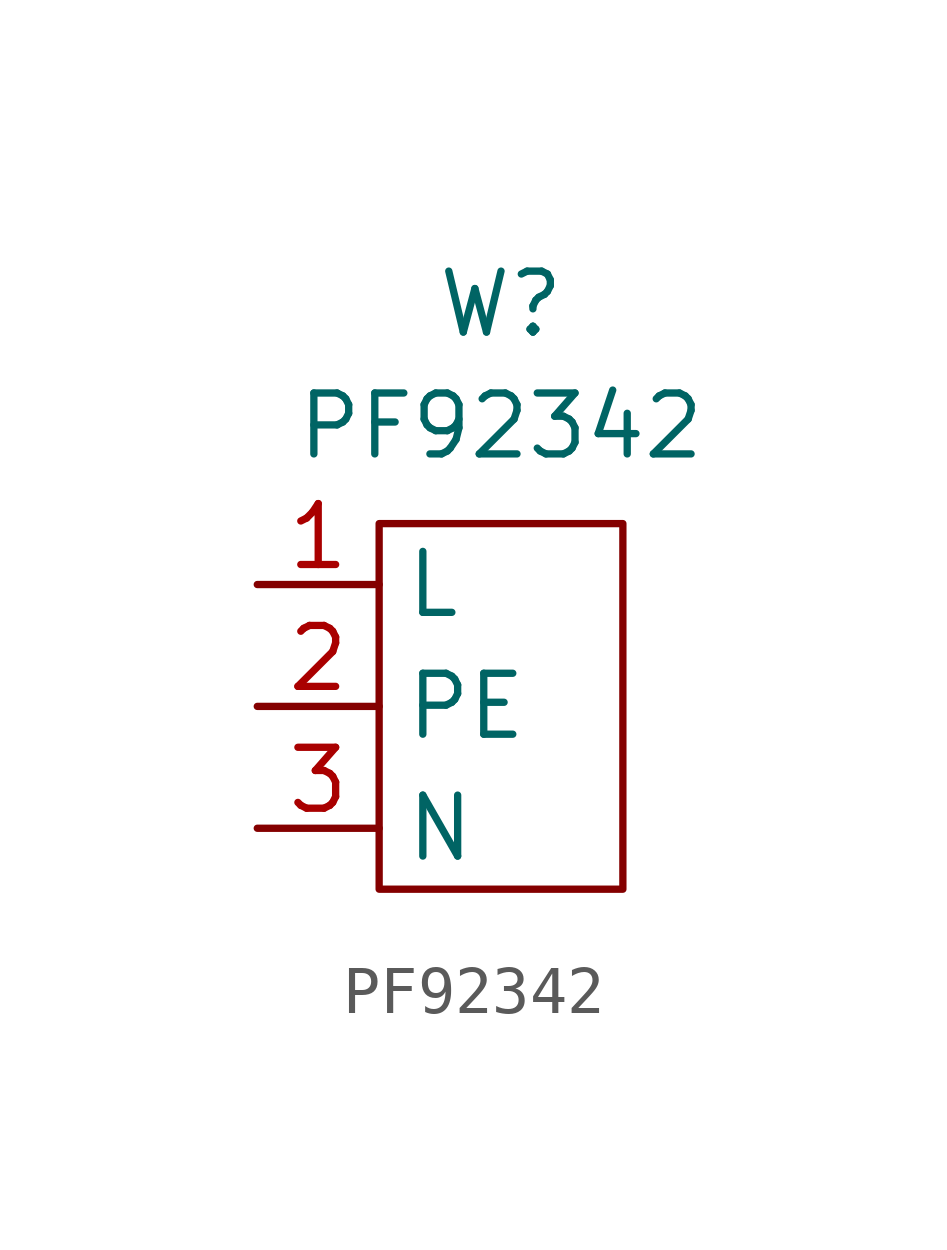
<source format=kicad_sym>
(kicad_symbol_lib
  (version 20241209)
  (generator "kicad_symbol_editor")
  (generator_version "9.0")
  (symbol "PF92342"
    (property "Reference" "W"
      (at 0 8.382 0)
      (do_not_autoplace)
      (effects (font (size 1.27 1.27))))
    (property "Value" "PF92342"
      (at 0 5.842 0)
      (do_not_autoplace)
      (effects (font (size 1.27 1.27))))
    (symbol "PF92342_0_1"
      (rectangle (start -2.54 3.81) (end 2.54 -3.81) (stroke (width 0) (type default)) (fill (type none))))
    (symbol "PF92342_1_1"
      (pin power_in line (at -5.08 2.54 0) (length 2.54) (name "L" (effects (font (size 1.27 1.27)))) (number "1" (effects (font (size 1.27 1.27)))))
      (pin power_in line (at -5.08 0 0) (length 2.54) (name "PE" (effects (font (size 1.27 1.27)))) (number "2" (effects (font (size 1.27 1.27)))))
      (pin power_in line (at -5.08 -2.54 0) (length 2.54) (name "N" (effects (font (size 1.27 1.27)))) (number "3" (effects (font (size 1.27 1.27))))))))
</source>
